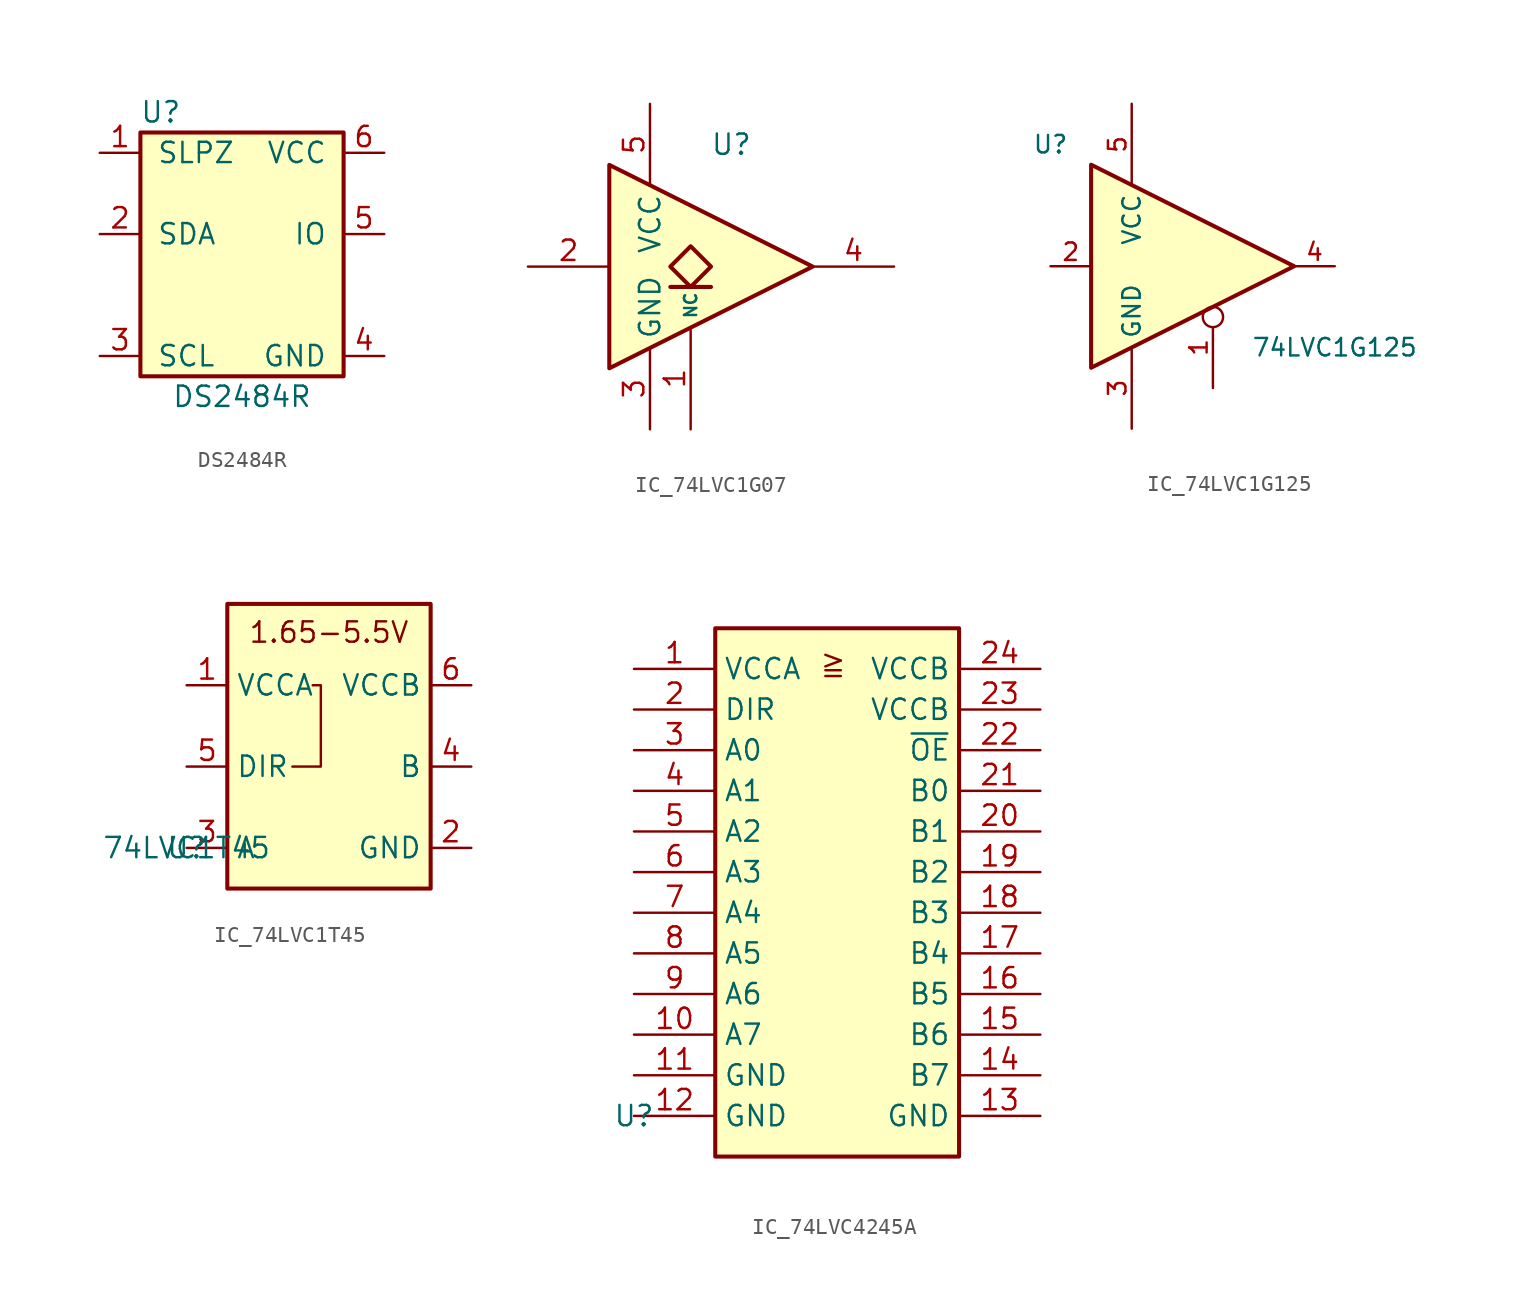
<source format=kicad_sym>
(kicad_symbol_lib
  (version 20241209)
  (generator "kicad_symbol_editor")
  (generator_version "9.0")
  (symbol "DS2484R"
    (pin_names
      (offset 1.016))
    (property "Reference" "U"
      (at 3.81 15.24 0)
      (effects (font (size 1.27 1.27))))
    (property "Value" "DS2484R"
      (at 8.89 -2.54 0)
      (effects (font (size 1.27 1.27))))
    (symbol "DS2484R_0_0"
      (pin input line (at 0 12.7 0) (length 2.54) (name "SLPZ" (effects (font (size 1.27 1.27)))) (number "1" (effects (font (size 1.27 1.27)))))
      (pin bidirectional line (at 0 7.62 0) (length 2.54) (name "SDA" (effects (font (size 1.27 1.27)))) (number "2" (effects (font (size 1.27 1.27)))))
      (pin input line (at 0 0 0) (length 2.54) (name "SCL" (effects (font (size 1.27 1.27)))) (number "3" (effects (font (size 1.27 1.27)))))
      (pin power_in line (at 17.78 12.7 180) (length 2.54) (name "VCC" (effects (font (size 1.27 1.27)))) (number "6" (effects (font (size 1.27 1.27)))))
      (pin bidirectional line (at 17.78 7.62 180) (length 2.54) (name "IO" (effects (font (size 1.27 1.27)))) (number "5" (effects (font (size 1.27 1.27)))))
      (pin power_in line (at 17.78 0 180) (length 2.54) (name "GND" (effects (font (size 1.27 1.27)))) (number "4" (effects (font (size 1.27 1.27))))))
    (symbol "DS2484R_1_1"
      (rectangle (start 2.54 13.97) (end 15.24 -1.27) (stroke (width 0.254) (type solid)) (fill (type background)))))
  (symbol "IC_74LVC1G07"
    (property "Reference" "U"
      (at 12.7 7.62 0)
      (effects (font (size 1.27 1.27))))
    (property "Value" ""
      (at 16.51 -7.62 0)
      (effects (font (size 1.27 1.27))))
    (symbol "IC_74LVC1G07_0_1"
      (polyline (pts (xy 5.08 6.35) (xy 5.08 -6.35) (xy 17.78 0) (xy 5.08 6.35)) (stroke (width 0.254) (type default)) (fill (type background)))
      (polyline (pts (xy 8.89 -1.27) (xy 11.43 -1.27)) (stroke (width 0.254) (type default)) (fill (type background)))
      (polyline (pts (xy 10.16 1.27) (xy 8.89 0) (xy 10.16 -1.27) (xy 11.43 0) (xy 10.16 1.27)) (stroke (width 0.254) (type default)) (fill (type background))))
    (symbol "IC_74LVC1G07_1_1"
      (pin input line (at 0 0 0) (length 5.08) (name "~" (effects (font (size 1.27 1.27)))) (number "2" (effects (font (size 1.27 1.27)))))
      (pin power_in line (at 7.62 10.16 270) (length 5.08) (name "VCC" (effects (font (size 1.27 1.27)))) (number "5" (effects (font (size 1.27 1.27)))))
      (pin power_in line (at 7.62 -10.16 90) (length 5.08) (name "GND" (effects (font (size 1.27 1.27)))) (number "3" (effects (font (size 1.27 1.27)))))
      (pin free line (at 10.16 -10.16 90) (length 6.35) (name "NC" (effects (font (size 0.762 0.762)))) (number "1" (effects (font (size 1.27 1.27)))))
      (pin open_collector line (at 22.86 0 180) (length 5.08) (name "~" (effects (font (size 1.27 1.27)))) (number "4" (effects (font (size 1.27 1.27)))))))
  (symbol "IC_74LVC1G125"
    (property "Reference" "U"
      (at 0 7.62 0)
      (effects (font (size 1.092 1.092))))
    (property "Value" "74LVC1G125"
      (at 17.78 -5.08 0)
      (effects (font (size 1.092 1.092))))
    (symbol "IC_74LVC1G125_0_1"
      (polyline (pts (xy 2.54 6.35) (xy 2.54 -6.35) (xy 15.24 0) (xy 2.54 6.35)) (stroke (width 0.254) (type default)) (fill (type background))))
    (symbol "IC_74LVC1G125_1_1"
      (pin input line (at 0 0 0) (length 2.54) (name "~" (effects (font (size 1.27 1.27)))) (number "2" (effects (font (size 1.092 1.092)))))
      (pin power_in line (at 5.08 10.16 270) (length 5.08) (name "VCC" (effects (font (size 1.092 1.092)))) (number "5" (effects (font (size 1.092 1.092)))))
      (pin power_in line (at 5.08 -10.16 90) (length 5.08) (name "GND" (effects (font (size 1.092 1.092)))) (number "3" (effects (font (size 1.092 1.092)))))
      (pin input inverted (at 10.16 -7.62 90) (length 5.08) (name "~" (effects (font (size 1.27 1.27)))) (number "1" (effects (font (size 1.092 1.092)))))
      (pin tri_state line (at 17.78 0 180) (length 2.54) (name "~" (effects (font (size 1.27 1.27)))) (number "4" (effects (font (size 1.092 1.092)))))))
  (symbol "IC_74LVC1T45"
    (property "Reference" "U"
      (at 0 0 0)
      (effects (font (size 1.27 1.27))))
    (property "Value" "74LVC1T45"
      (at 0 0 0)
      (effects (font (size 1.27 1.27))))
    (symbol "IC_74LVC1T45_0_1"
      (rectangle (start 2.54 15.24) (end 15.24 -2.54) (stroke (width 0.254) (type default)) (fill (type background))))
    (symbol "IC_74LVC1T45_1_1"
      (polyline (pts (xy 7.874 10.16) (xy 8.382 10.16) (xy 8.382 5.08) (xy 6.604 5.08)) (stroke (width 0) (type default)) (fill (type none)))
      (text "1.65-5.5V" (at 8.89 13.462 0) (effects (font (size 1.27 1.27))))
      (pin power_in line (at 0 10.16 0) (length 2.56) (name "VCCA" (effects (font (size 1.27 1.27)))) (number "1" (effects (font (size 1.27 1.27)))))
      (pin passive line (at 0 5.08 0) (length 2.56) (name "DIR" (effects (font (size 1.27 1.27)))) (number "5" (effects (font (size 1.27 1.27)))))
      (pin passive line (at 0 0 0) (length 2.56) (name "A" (effects (font (size 1.27 1.27)))) (number "3" (effects (font (size 1.27 1.27)))))
      (pin power_in line (at 17.78 10.16 180) (length 2.56) (name "VCCB" (effects (font (size 1.27 1.27)))) (number "6" (effects (font (size 1.27 1.27)))))
      (pin passive line (at 17.78 5.08 180) (length 2.56) (name "B" (effects (font (size 1.27 1.27)))) (number "4" (effects (font (size 1.27 1.27)))))
      (pin power_in line (at 17.78 0 180) (length 2.56) (name "GND" (effects (font (size 1.27 1.27)))) (number "2" (effects (font (size 1.27 1.27)))))))
  (symbol "IC_74LVC4245A"
    (property "Reference" "U"
      (at 0 0 0)
      (effects (font (size 1.27 1.27))))
    (property "Value" ""
      (at 0 0 0)
      (effects (font (size 1.27 1.27))))
    (symbol "IC_74LVC4245A_1_1"
      (rectangle (start 5.08 30.48) (end 20.32 -2.54) (stroke (width 0.254) (type default)) (fill (type background)))
      (text "≧" (at 12.446 28.194 0) (effects (font (size 1.27 1.27))))
      (pin power_in line (at 0 27.94 0) (length 5.08) (name "VCCA" (effects (font (size 1.27 1.27)))) (number "1" (effects (font (size 1.27 1.27)))))
      (pin passive line (at 0 25.4 0) (length 5.08) (name "DIR" (effects (font (size 1.27 1.27)))) (number "2" (effects (font (size 1.27 1.27)))))
      (pin bidirectional line (at 0 22.86 0) (length 5.08) (name "A0" (effects (font (size 1.27 1.27)))) (number "3" (effects (font (size 1.27 1.27)))))
      (pin bidirectional line (at 0 20.32 0) (length 5.08) (name "A1" (effects (font (size 1.27 1.27)))) (number "4" (effects (font (size 1.27 1.27)))))
      (pin bidirectional line (at 0 17.78 0) (length 5.08) (name "A2" (effects (font (size 1.27 1.27)))) (number "5" (effects (font (size 1.27 1.27)))))
      (pin bidirectional line (at 0 15.24 0) (length 5.08) (name "A3" (effects (font (size 1.27 1.27)))) (number "6" (effects (font (size 1.27 1.27)))))
      (pin bidirectional line (at 0 12.7 0) (length 5.08) (name "A4" (effects (font (size 1.27 1.27)))) (number "7" (effects (font (size 1.27 1.27)))))
      (pin bidirectional line (at 0 10.16 0) (length 5.08) (name "A5" (effects (font (size 1.27 1.27)))) (number "8" (effects (font (size 1.27 1.27)))))
      (pin bidirectional line (at 0 7.62 0) (length 5.08) (name "A6" (effects (font (size 1.27 1.27)))) (number "9" (effects (font (size 1.27 1.27)))))
      (pin bidirectional line (at 0 5.08 0) (length 5.08) (name "A7" (effects (font (size 1.27 1.27)))) (number "10" (effects (font (size 1.27 1.27)))))
      (pin power_in line (at 0 2.54 0) (length 5.08) (name "GND" (effects (font (size 1.27 1.27)))) (number "11" (effects (font (size 1.27 1.27)))))
      (pin power_in line (at 0 0 0) (length 5.08) (name "GND" (effects (font (size 1.27 1.27)))) (number "12" (effects (font (size 1.27 1.27)))))
      (pin power_in line (at 25.4 27.94 180) (length 5.08) (name "VCCB" (effects (font (size 1.27 1.27)))) (number "24" (effects (font (size 1.27 1.27)))))
      (pin power_in line (at 25.4 25.4 180) (length 5.08) (name "VCCB" (effects (font (size 1.27 1.27)))) (number "23" (effects (font (size 1.27 1.27)))))
      (pin passive line (at 25.4 22.86 180) (length 5.08) (name "~{OE}" (effects (font (size 1.27 1.27)))) (number "22" (effects (font (size 1.27 1.27)))))
      (pin bidirectional line (at 25.4 20.32 180) (length 5.08) (name "B0" (effects (font (size 1.27 1.27)))) (number "21" (effects (font (size 1.27 1.27)))))
      (pin bidirectional line (at 25.4 17.78 180) (length 5.08) (name "B1" (effects (font (size 1.27 1.27)))) (number "20" (effects (font (size 1.27 1.27)))))
      (pin bidirectional line (at 25.4 15.24 180) (length 5.08) (name "B2" (effects (font (size 1.27 1.27)))) (number "19" (effects (font (size 1.27 1.27)))))
      (pin bidirectional line (at 25.4 12.7 180) (length 5.08) (name "B3" (effects (font (size 1.27 1.27)))) (number "18" (effects (font (size 1.27 1.27)))))
      (pin bidirectional line (at 25.4 10.16 180) (length 5.08) (name "B4" (effects (font (size 1.27 1.27)))) (number "17" (effects (font (size 1.27 1.27)))))
      (pin bidirectional line (at 25.4 7.62 180) (length 5.08) (name "B5" (effects (font (size 1.27 1.27)))) (number "16" (effects (font (size 1.27 1.27)))))
      (pin bidirectional line (at 25.4 5.08 180) (length 5.08) (name "B6" (effects (font (size 1.27 1.27)))) (number "15" (effects (font (size 1.27 1.27)))))
      (pin bidirectional line (at 25.4 2.54 180) (length 5.08) (name "B7" (effects (font (size 1.27 1.27)))) (number "14" (effects (font (size 1.27 1.27)))))
      (pin power_in line (at 25.4 0 180) (length 5.08) (name "GND" (effects (font (size 1.27 1.27)))) (number "13" (effects (font (size 1.27 1.27))))))))
</source>
